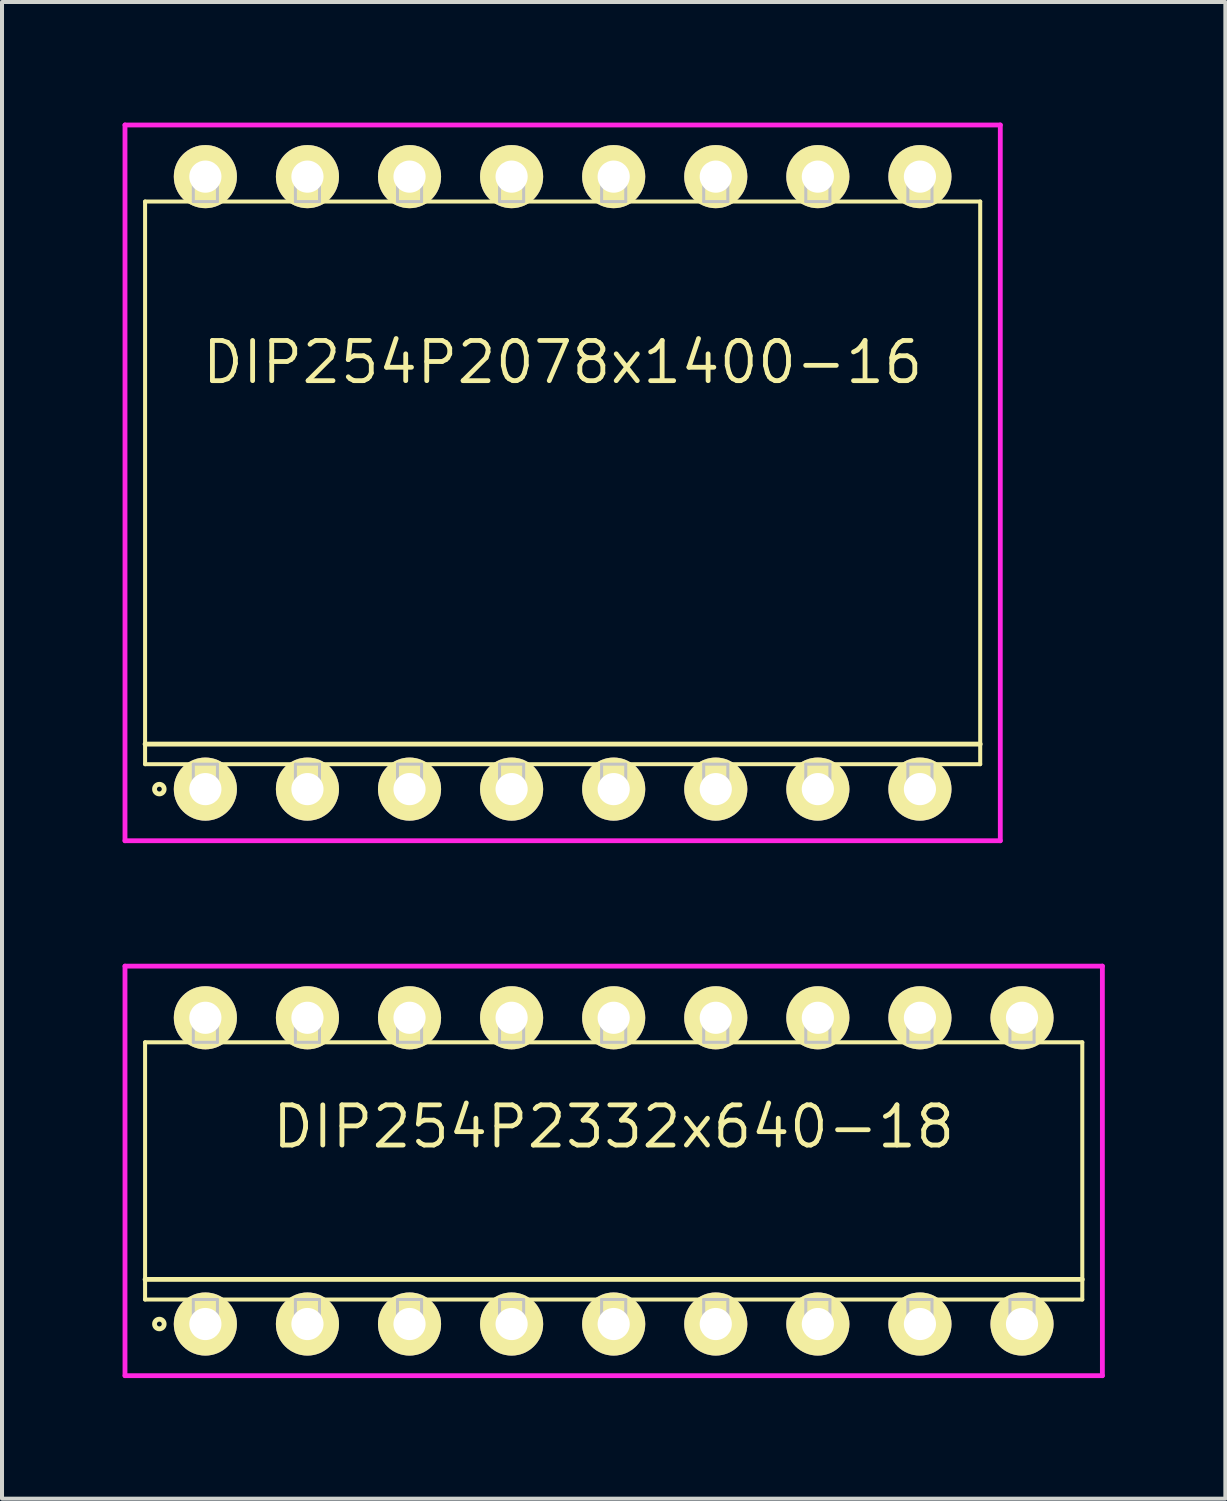
<source format=kicad_pcb>
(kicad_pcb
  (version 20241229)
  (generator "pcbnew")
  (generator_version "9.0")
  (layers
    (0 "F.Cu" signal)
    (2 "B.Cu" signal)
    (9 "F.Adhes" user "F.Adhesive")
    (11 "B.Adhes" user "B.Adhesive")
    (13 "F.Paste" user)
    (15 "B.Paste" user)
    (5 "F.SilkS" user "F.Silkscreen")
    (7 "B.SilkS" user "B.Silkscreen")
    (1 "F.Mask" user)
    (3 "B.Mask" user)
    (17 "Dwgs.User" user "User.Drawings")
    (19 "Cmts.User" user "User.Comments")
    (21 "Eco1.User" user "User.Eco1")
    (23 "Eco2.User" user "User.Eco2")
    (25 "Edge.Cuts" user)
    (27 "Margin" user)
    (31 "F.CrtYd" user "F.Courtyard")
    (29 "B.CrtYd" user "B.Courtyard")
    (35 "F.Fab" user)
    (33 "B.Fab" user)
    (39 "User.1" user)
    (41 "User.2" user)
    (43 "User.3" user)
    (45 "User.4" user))
  (footprint "DIP254P2332x640-18"
    (layer "F.Cu")
    (at 12.22 26.085)
    (property "Reference" "DIP254P2332x640-18" (at 0 -1.1 0) (layer "F.SilkS") (effects (font (size 1 1) (thickness 0.12))))
    (attr through_hole)
    (fp_line (start -11.66 -3.2) (end -11.66 3.2) (stroke (width 0.1) (type solid)) (layer "F.SilkS"))
    (fp_line (start -11.66 2.7) (end 11.66 2.7) (stroke (width 0.12) (type solid)) (layer "F.SilkS"))
    (fp_line (start -11.66 3.2) (end 11.66 3.2) (stroke (width 0.1) (type solid)) (layer "F.SilkS"))
    (fp_line (start 11.66 -3.2) (end -11.66 -3.2) (stroke (width 0.1) (type solid)) (layer "F.SilkS"))
    (fp_line (start 11.66 3.2) (end 11.66 -3.2) (stroke (width 0.1) (type solid)) (layer "F.SilkS"))
    (fp_circle (center -11.305 3.81) (end -11.185 3.81) (stroke (width 0.12) (type solid)) (fill no) (layer "F.SilkS"))
    (fp_line (start -10.46 -3.81) (end -10.46 -3.2) (stroke (width 0.075) (type solid)) (layer "Dwgs.User"))
    (fp_line (start -10.46 -3.2) (end -9.86 -3.2) (stroke (width 0.075) (type solid)) (layer "Dwgs.User"))
    (fp_line (start -10.46 3.2) (end -9.86 3.2) (stroke (width 0.075) (type solid)) (layer "Dwgs.User"))
    (fp_line (start -10.46 3.81) (end -10.46 3.2) (stroke (width 0.075) (type solid)) (layer "Dwgs.User"))
    (fp_line (start -9.86 -3.81) (end -10.46 -3.81) (stroke (width 0.075) (type solid)) (layer "Dwgs.User"))
    (fp_line (start -9.86 -3.2) (end -9.86 -3.81) (stroke (width 0.075) (type solid)) (layer "Dwgs.User"))
    (fp_line (start -9.86 3.2) (end -9.86 3.81) (stroke (width 0.075) (type solid)) (layer "Dwgs.User"))
    (fp_line (start -9.86 3.81) (end -10.46 3.81) (stroke (width 0.075) (type solid)) (layer "Dwgs.User"))
    (fp_line (start -7.92 -3.81) (end -7.92 -3.2) (stroke (width 0.075) (type solid)) (layer "Dwgs.User"))
    (fp_line (start -7.92 -3.2) (end -7.32 -3.2) (stroke (width 0.075) (type solid)) (layer "Dwgs.User"))
    (fp_line (start -7.92 3.2) (end -7.32 3.2) (stroke (width 0.075) (type solid)) (layer "Dwgs.User"))
    (fp_line (start -7.92 3.81) (end -7.92 3.2) (stroke (width 0.075) (type solid)) (layer "Dwgs.User"))
    (fp_line (start -7.32 -3.81) (end -7.92 -3.81) (stroke (width 0.075) (type solid)) (layer "Dwgs.User"))
    (fp_line (start -7.32 -3.2) (end -7.32 -3.81) (stroke (width 0.075) (type solid)) (layer "Dwgs.User"))
    (fp_line (start -7.32 3.2) (end -7.32 3.81) (stroke (width 0.075) (type solid)) (layer "Dwgs.User"))
    (fp_line (start -7.32 3.81) (end -7.92 3.81) (stroke (width 0.075) (type solid)) (layer "Dwgs.User"))
    (fp_line (start -5.38 -3.81) (end -5.38 -3.2) (stroke (width 0.075) (type solid)) (layer "Dwgs.User"))
    (fp_line (start -5.38 -3.2) (end -4.78 -3.2) (stroke (width 0.075) (type solid)) (layer "Dwgs.User"))
    (fp_line (start -5.38 3.2) (end -4.78 3.2) (stroke (width 0.075) (type solid)) (layer "Dwgs.User"))
    (fp_line (start -5.38 3.81) (end -5.38 3.2) (stroke (width 0.075) (type solid)) (layer "Dwgs.User"))
    (fp_line (start -4.78 -3.81) (end -5.38 -3.81) (stroke (width 0.075) (type solid)) (layer "Dwgs.User"))
    (fp_line (start -4.78 -3.2) (end -4.78 -3.81) (stroke (width 0.075) (type solid)) (layer "Dwgs.User"))
    (fp_line (start -4.78 3.2) (end -4.78 3.81) (stroke (width 0.075) (type solid)) (layer "Dwgs.User"))
    (fp_line (start -4.78 3.81) (end -5.38 3.81) (stroke (width 0.075) (type solid)) (layer "Dwgs.User"))
    (fp_line (start -2.84 -3.81) (end -2.84 -3.2) (stroke (width 0.075) (type solid)) (layer "Dwgs.User"))
    (fp_line (start -2.84 -3.2) (end -2.24 -3.2) (stroke (width 0.075) (type solid)) (layer "Dwgs.User"))
    (fp_line (start -2.84 3.2) (end -2.24 3.2) (stroke (width 0.075) (type solid)) (layer "Dwgs.User"))
    (fp_line (start -2.84 3.81) (end -2.84 3.2) (stroke (width 0.075) (type solid)) (layer "Dwgs.User"))
    (fp_line (start -2.24 -3.81) (end -2.84 -3.81) (stroke (width 0.075) (type solid)) (layer "Dwgs.User"))
    (fp_line (start -2.24 -3.2) (end -2.24 -3.81) (stroke (width 0.075) (type solid)) (layer "Dwgs.User"))
    (fp_line (start -2.24 3.2) (end -2.24 3.81) (stroke (width 0.075) (type solid)) (layer "Dwgs.User"))
    (fp_line (start -2.24 3.81) (end -2.84 3.81) (stroke (width 0.075) (type solid)) (layer "Dwgs.User"))
    (fp_line (start -0.3 -3.81) (end -0.3 -3.2) (stroke (width 0.075) (type solid)) (layer "Dwgs.User"))
    (fp_line (start -0.3 -3.2) (end 0.3 -3.2) (stroke (width 0.075) (type solid)) (layer "Dwgs.User"))
    (fp_line (start -0.3 3.2) (end 0.3 3.2) (stroke (width 0.075) (type solid)) (layer "Dwgs.User"))
    (fp_line (start -0.3 3.81) (end -0.3 3.2) (stroke (width 0.075) (type solid)) (layer "Dwgs.User"))
    (fp_line (start 0.3 -3.81) (end -0.3 -3.81) (stroke (width 0.075) (type solid)) (layer "Dwgs.User"))
    (fp_line (start 0.3 -3.2) (end 0.3 -3.81) (stroke (width 0.075) (type solid)) (layer "Dwgs.User"))
    (fp_line (start 0.3 3.2) (end 0.3 3.81) (stroke (width 0.075) (type solid)) (layer "Dwgs.User"))
    (fp_line (start 0.3 3.81) (end -0.3 3.81) (stroke (width 0.075) (type solid)) (layer "Dwgs.User"))
    (fp_line (start 2.24 -3.81) (end 2.24 -3.2) (stroke (width 0.075) (type solid)) (layer "Dwgs.User"))
    (fp_line (start 2.24 -3.2) (end 2.84 -3.2) (stroke (width 0.075) (type solid)) (layer "Dwgs.User"))
    (fp_line (start 2.24 3.2) (end 2.84 3.2) (stroke (width 0.075) (type solid)) (layer "Dwgs.User"))
    (fp_line (start 2.24 3.81) (end 2.24 3.2) (stroke (width 0.075) (type solid)) (layer "Dwgs.User"))
    (fp_line (start 2.84 -3.81) (end 2.24 -3.81) (stroke (width 0.075) (type solid)) (layer "Dwgs.User"))
    (fp_line (start 2.84 -3.2) (end 2.84 -3.81) (stroke (width 0.075) (type solid)) (layer "Dwgs.User"))
    (fp_line (start 2.84 3.2) (end 2.84 3.81) (stroke (width 0.075) (type solid)) (layer "Dwgs.User"))
    (fp_line (start 2.84 3.81) (end 2.24 3.81) (stroke (width 0.075) (type solid)) (layer "Dwgs.User"))
    (fp_line (start 4.78 -3.81) (end 4.78 -3.2) (stroke (width 0.075) (type solid)) (layer "Dwgs.User"))
    (fp_line (start 4.78 -3.2) (end 5.38 -3.2) (stroke (width 0.075) (type solid)) (layer "Dwgs.User"))
    (fp_line (start 4.78 3.2) (end 5.38 3.2) (stroke (width 0.075) (type solid)) (layer "Dwgs.User"))
    (fp_line (start 4.78 3.81) (end 4.78 3.2) (stroke (width 0.075) (type solid)) (layer "Dwgs.User"))
    (fp_line (start 5.38 -3.81) (end 4.78 -3.81) (stroke (width 0.075) (type solid)) (layer "Dwgs.User"))
    (fp_line (start 5.38 -3.2) (end 5.38 -3.81) (stroke (width 0.075) (type solid)) (layer "Dwgs.User"))
    (fp_line (start 5.38 3.2) (end 5.38 3.81) (stroke (width 0.075) (type solid)) (layer "Dwgs.User"))
    (fp_line (start 5.38 3.81) (end 4.78 3.81) (stroke (width 0.075) (type solid)) (layer "Dwgs.User"))
    (fp_line (start 7.32 -3.81) (end 7.32 -3.2) (stroke (width 0.075) (type solid)) (layer "Dwgs.User"))
    (fp_line (start 7.32 -3.2) (end 7.92 -3.2) (stroke (width 0.075) (type solid)) (layer "Dwgs.User"))
    (fp_line (start 7.32 3.2) (end 7.92 3.2) (stroke (width 0.075) (type solid)) (layer "Dwgs.User"))
    (fp_line (start 7.32 3.81) (end 7.32 3.2) (stroke (width 0.075) (type solid)) (layer "Dwgs.User"))
    (fp_line (start 7.92 -3.81) (end 7.32 -3.81) (stroke (width 0.075) (type solid)) (layer "Dwgs.User"))
    (fp_line (start 7.92 -3.2) (end 7.92 -3.81) (stroke (width 0.075) (type solid)) (layer "Dwgs.User"))
    (fp_line (start 7.92 3.2) (end 7.92 3.81) (stroke (width 0.075) (type solid)) (layer "Dwgs.User"))
    (fp_line (start 7.92 3.81) (end 7.32 3.81) (stroke (width 0.075) (type solid)) (layer "Dwgs.User"))
    (fp_line (start 9.86 -3.81) (end 9.86 -3.2) (stroke (width 0.075) (type solid)) (layer "Dwgs.User"))
    (fp_line (start 9.86 -3.2) (end 10.46 -3.2) (stroke (width 0.075) (type solid)) (layer "Dwgs.User"))
    (fp_line (start 9.86 3.2) (end 10.46 3.2) (stroke (width 0.075) (type solid)) (layer "Dwgs.User"))
    (fp_line (start 9.86 3.81) (end 9.86 3.2) (stroke (width 0.075) (type solid)) (layer "Dwgs.User"))
    (fp_line (start 10.46 -3.81) (end 9.86 -3.81) (stroke (width 0.075) (type solid)) (layer "Dwgs.User"))
    (fp_line (start 10.46 -3.2) (end 10.46 -3.81) (stroke (width 0.075) (type solid)) (layer "Dwgs.User"))
    (fp_line (start 10.46 3.2) (end 10.46 3.81) (stroke (width 0.075) (type solid)) (layer "Dwgs.User"))
    (fp_line (start 10.46 3.81) (end 9.86 3.81) (stroke (width 0.075) (type solid)) (layer "Dwgs.User"))
    (fp_line (start -0.75 0) (end 0.75 0) (stroke (width 0.12) (type solid)) (layer "Eco1.User"))
    (fp_line (start 0 -0.75) (end 0 0.75) (stroke (width 0.12) (type solid)) (layer "Eco1.User"))
    (fp_circle (center 0 0) (end 0.5 0) (stroke (width 0.12) (type solid)) (fill no) (layer "Eco1.User"))
    (fp_line (start -12.16 -5.095) (end -12.16 5.095) (stroke (width 0.12) (type solid)) (layer "F.CrtYd"))
    (fp_line (start -12.16 5.095) (end 12.16 5.095) (stroke (width 0.12) (type solid)) (layer "F.CrtYd"))
    (fp_line (start 12.16 -5.095) (end -12.16 -5.095) (stroke (width 0.12) (type solid)) (layer "F.CrtYd"))
    (fp_line (start 12.16 5.095) (end 12.16 -5.095) (stroke (width 0.12) (type solid)) (layer "F.CrtYd"))
    (pad "1" thru_hole oval (at -10.16 3.81) (size 1.57 1.57) (drill 0.8) (layers "*.Cu" "*.Mask" "F.SilkS"))
    (pad "2" thru_hole oval (at -7.62 3.81) (size 1.57 1.57) (drill 0.8) (layers "*.Cu" "*.Mask" "F.SilkS"))
    (pad "3" thru_hole oval (at -5.08 3.81) (size 1.57 1.57) (drill 0.8) (layers "*.Cu" "*.Mask" "F.SilkS"))
    (pad "4" thru_hole oval (at -2.54 3.81) (size 1.57 1.57) (drill 0.8) (layers "*.Cu" "*.Mask" "F.SilkS"))
    (pad "5" thru_hole oval (at 0 3.81) (size 1.57 1.57) (drill 0.8) (layers "*.Cu" "*.Mask" "F.SilkS"))
    (pad "6" thru_hole oval (at 2.54 3.81) (size 1.57 1.57) (drill 0.8) (layers "*.Cu" "*.Mask" "F.SilkS"))
    (pad "7" thru_hole oval (at 5.08 3.81) (size 1.57 1.57) (drill 0.8) (layers "*.Cu" "*.Mask" "F.SilkS"))
    (pad "8" thru_hole oval (at 7.62 3.81) (size 1.57 1.57) (drill 0.8) (layers "*.Cu" "*.Mask" "F.SilkS"))
    (pad "9" thru_hole oval (at 10.16 3.81) (size 1.57 1.57) (drill 0.8) (layers "*.Cu" "*.Mask" "F.SilkS"))
    (pad "10" thru_hole oval (at 10.16 -3.81) (size 1.57 1.57) (drill 0.8) (layers "*.Cu" "*.Mask" "F.SilkS"))
    (pad "11" thru_hole oval (at 7.62 -3.81) (size 1.57 1.57) (drill 0.8) (layers "*.Cu" "*.Mask" "F.SilkS"))
    (pad "12" thru_hole oval (at 5.08 -3.81) (size 1.57 1.57) (drill 0.8) (layers "*.Cu" "*.Mask" "F.SilkS"))
    (pad "13" thru_hole oval (at 2.54 -3.81) (size 1.57 1.57) (drill 0.8) (layers "*.Cu" "*.Mask" "F.SilkS"))
    (pad "14" thru_hole oval (at 0 -3.81) (size 1.57 1.57) (drill 0.8) (layers "*.Cu" "*.Mask" "F.SilkS"))
    (pad "15" thru_hole oval (at -2.54 -3.81) (size 1.57 1.57) (drill 0.8) (layers "*.Cu" "*.Mask" "F.SilkS"))
    (pad "16" thru_hole oval (at -5.08 -3.81) (size 1.57 1.57) (drill 0.8) (layers "*.Cu" "*.Mask" "F.SilkS"))
    (pad "17" thru_hole oval (at -7.62 -3.81) (size 1.57 1.57) (drill 0.8) (layers "*.Cu" "*.Mask" "F.SilkS"))
    (pad "18" thru_hole oval (at -10.16 -3.81) (size 1.57 1.57) (drill 0.8) (layers "*.Cu" "*.Mask" "F.SilkS")))
  (footprint "DIP254P2078x1400-16"
    (layer "F.Cu")
    (at 10.95 8.965)
    (property "Reference" "DIP254P2078x1400-16" (at 0 -3 0) (layer "F.SilkS") (effects (font (size 1 1) (thickness 0.12))))
    (attr through_hole)
    (fp_line (start -10.39 -7) (end -10.39 7) (stroke (width 0.1) (type solid)) (layer "F.SilkS"))
    (fp_line (start -10.39 6.5) (end 10.39 6.5) (stroke (width 0.12) (type solid)) (layer "F.SilkS"))
    (fp_line (start -10.39 7) (end 10.39 7) (stroke (width 0.1) (type solid)) (layer "F.SilkS"))
    (fp_line (start 10.39 -7) (end -10.39 -7) (stroke (width 0.1) (type solid)) (layer "F.SilkS"))
    (fp_line (start 10.39 7) (end 10.39 -7) (stroke (width 0.1) (type solid)) (layer "F.SilkS"))
    (fp_circle (center -10.035 7.62) (end -9.915 7.62) (stroke (width 0.12) (type solid)) (fill no) (layer "F.SilkS"))
    (fp_line (start -9.19 -7.62) (end -9.19 -7) (stroke (width 0.075) (type solid)) (layer "Dwgs.User"))
    (fp_line (start -9.19 -7) (end -8.59 -7) (stroke (width 0.075) (type solid)) (layer "Dwgs.User"))
    (fp_line (start -9.19 7) (end -8.59 7) (stroke (width 0.075) (type solid)) (layer "Dwgs.User"))
    (fp_line (start -9.19 7.62) (end -9.19 7) (stroke (width 0.075) (type solid)) (layer "Dwgs.User"))
    (fp_line (start -8.59 -7.62) (end -9.19 -7.62) (stroke (width 0.075) (type solid)) (layer "Dwgs.User"))
    (fp_line (start -8.59 -7) (end -8.59 -7.62) (stroke (width 0.075) (type solid)) (layer "Dwgs.User"))
    (fp_line (start -8.59 7) (end -8.59 7.62) (stroke (width 0.075) (type solid)) (layer "Dwgs.User"))
    (fp_line (start -8.59 7.62) (end -9.19 7.62) (stroke (width 0.075) (type solid)) (layer "Dwgs.User"))
    (fp_line (start -6.65 -7.62) (end -6.65 -7) (stroke (width 0.075) (type solid)) (layer "Dwgs.User"))
    (fp_line (start -6.65 -7) (end -6.05 -7) (stroke (width 0.075) (type solid)) (layer "Dwgs.User"))
    (fp_line (start -6.65 7) (end -6.05 7) (stroke (width 0.075) (type solid)) (layer "Dwgs.User"))
    (fp_line (start -6.65 7.62) (end -6.65 7) (stroke (width 0.075) (type solid)) (layer "Dwgs.User"))
    (fp_line (start -6.05 -7.62) (end -6.65 -7.62) (stroke (width 0.075) (type solid)) (layer "Dwgs.User"))
    (fp_line (start -6.05 -7) (end -6.05 -7.62) (stroke (width 0.075) (type solid)) (layer "Dwgs.User"))
    (fp_line (start -6.05 7) (end -6.05 7.62) (stroke (width 0.075) (type solid)) (layer "Dwgs.User"))
    (fp_line (start -6.05 7.62) (end -6.65 7.62) (stroke (width 0.075) (type solid)) (layer "Dwgs.User"))
    (fp_line (start -4.11 -7.62) (end -4.11 -7) (stroke (width 0.075) (type solid)) (layer "Dwgs.User"))
    (fp_line (start -4.11 -7) (end -3.51 -7) (stroke (width 0.075) (type solid)) (layer "Dwgs.User"))
    (fp_line (start -4.11 7) (end -3.51 7) (stroke (width 0.075) (type solid)) (layer "Dwgs.User"))
    (fp_line (start -4.11 7.62) (end -4.11 7) (stroke (width 0.075) (type solid)) (layer "Dwgs.User"))
    (fp_line (start -3.51 -7.62) (end -4.11 -7.62) (stroke (width 0.075) (type solid)) (layer "Dwgs.User"))
    (fp_line (start -3.51 -7) (end -3.51 -7.62) (stroke (width 0.075) (type solid)) (layer "Dwgs.User"))
    (fp_line (start -3.51 7) (end -3.51 7.62) (stroke (width 0.075) (type solid)) (layer "Dwgs.User"))
    (fp_line (start -3.51 7.62) (end -4.11 7.62) (stroke (width 0.075) (type solid)) (layer "Dwgs.User"))
    (fp_line (start -1.57 -7.62) (end -1.57 -7) (stroke (width 0.075) (type solid)) (layer "Dwgs.User"))
    (fp_line (start -1.57 -7) (end -0.97 -7) (stroke (width 0.075) (type solid)) (layer "Dwgs.User"))
    (fp_line (start -1.57 7) (end -0.97 7) (stroke (width 0.075) (type solid)) (layer "Dwgs.User"))
    (fp_line (start -1.57 7.62) (end -1.57 7) (stroke (width 0.075) (type solid)) (layer "Dwgs.User"))
    (fp_line (start -0.97 -7.62) (end -1.57 -7.62) (stroke (width 0.075) (type solid)) (layer "Dwgs.User"))
    (fp_line (start -0.97 -7) (end -0.97 -7.62) (stroke (width 0.075) (type solid)) (layer "Dwgs.User"))
    (fp_line (start -0.97 7) (end -0.97 7.62) (stroke (width 0.075) (type solid)) (layer "Dwgs.User"))
    (fp_line (start -0.97 7.62) (end -1.57 7.62) (stroke (width 0.075) (type solid)) (layer "Dwgs.User"))
    (fp_line (start 0.97 -7.62) (end 0.97 -7) (stroke (width 0.075) (type solid)) (layer "Dwgs.User"))
    (fp_line (start 0.97 -7) (end 1.57 -7) (stroke (width 0.075) (type solid)) (layer "Dwgs.User"))
    (fp_line (start 0.97 7) (end 1.57 7) (stroke (width 0.075) (type solid)) (layer "Dwgs.User"))
    (fp_line (start 0.97 7.62) (end 0.97 7) (stroke (width 0.075) (type solid)) (layer "Dwgs.User"))
    (fp_line (start 1.57 -7.62) (end 0.97 -7.62) (stroke (width 0.075) (type solid)) (layer "Dwgs.User"))
    (fp_line (start 1.57 -7) (end 1.57 -7.62) (stroke (width 0.075) (type solid)) (layer "Dwgs.User"))
    (fp_line (start 1.57 7) (end 1.57 7.62) (stroke (width 0.075) (type solid)) (layer "Dwgs.User"))
    (fp_line (start 1.57 7.62) (end 0.97 7.62) (stroke (width 0.075) (type solid)) (layer "Dwgs.User"))
    (fp_line (start 3.51 -7.62) (end 3.51 -7) (stroke (width 0.075) (type solid)) (layer "Dwgs.User"))
    (fp_line (start 3.51 -7) (end 4.11 -7) (stroke (width 0.075) (type solid)) (layer "Dwgs.User"))
    (fp_line (start 3.51 7) (end 4.11 7) (stroke (width 0.075) (type solid)) (layer "Dwgs.User"))
    (fp_line (start 3.51 7.62) (end 3.51 7) (stroke (width 0.075) (type solid)) (layer "Dwgs.User"))
    (fp_line (start 4.11 -7.62) (end 3.51 -7.62) (stroke (width 0.075) (type solid)) (layer "Dwgs.User"))
    (fp_line (start 4.11 -7) (end 4.11 -7.62) (stroke (width 0.075) (type solid)) (layer "Dwgs.User"))
    (fp_line (start 4.11 7) (end 4.11 7.62) (stroke (width 0.075) (type solid)) (layer "Dwgs.User"))
    (fp_line (start 4.11 7.62) (end 3.51 7.62) (stroke (width 0.075) (type solid)) (layer "Dwgs.User"))
    (fp_line (start 6.05 -7.62) (end 6.05 -7) (stroke (width 0.075) (type solid)) (layer "Dwgs.User"))
    (fp_line (start 6.05 -7) (end 6.65 -7) (stroke (width 0.075) (type solid)) (layer "Dwgs.User"))
    (fp_line (start 6.05 7) (end 6.65 7) (stroke (width 0.075) (type solid)) (layer "Dwgs.User"))
    (fp_line (start 6.05 7.62) (end 6.05 7) (stroke (width 0.075) (type solid)) (layer "Dwgs.User"))
    (fp_line (start 6.65 -7.62) (end 6.05 -7.62) (stroke (width 0.075) (type solid)) (layer "Dwgs.User"))
    (fp_line (start 6.65 -7) (end 6.65 -7.62) (stroke (width 0.075) (type solid)) (layer "Dwgs.User"))
    (fp_line (start 6.65 7) (end 6.65 7.62) (stroke (width 0.075) (type solid)) (layer "Dwgs.User"))
    (fp_line (start 6.65 7.62) (end 6.05 7.62) (stroke (width 0.075) (type solid)) (layer "Dwgs.User"))
    (fp_line (start 8.59 -7.62) (end 8.59 -7) (stroke (width 0.075) (type solid)) (layer "Dwgs.User"))
    (fp_line (start 8.59 -7) (end 9.19 -7) (stroke (width 0.075) (type solid)) (layer "Dwgs.User"))
    (fp_line (start 8.59 7) (end 9.19 7) (stroke (width 0.075) (type solid)) (layer "Dwgs.User"))
    (fp_line (start 8.59 7.62) (end 8.59 7) (stroke (width 0.075) (type solid)) (layer "Dwgs.User"))
    (fp_line (start 9.19 -7.62) (end 8.59 -7.62) (stroke (width 0.075) (type solid)) (layer "Dwgs.User"))
    (fp_line (start 9.19 -7) (end 9.19 -7.62) (stroke (width 0.075) (type solid)) (layer "Dwgs.User"))
    (fp_line (start 9.19 7) (end 9.19 7.62) (stroke (width 0.075) (type solid)) (layer "Dwgs.User"))
    (fp_line (start 9.19 7.62) (end 8.59 7.62) (stroke (width 0.075) (type solid)) (layer "Dwgs.User"))
    (fp_line (start -0.75 0) (end 0.75 0) (stroke (width 0.12) (type solid)) (layer "Eco1.User"))
    (fp_line (start 0 -0.75) (end 0 0.75) (stroke (width 0.12) (type solid)) (layer "Eco1.User"))
    (fp_circle (center 0 0) (end 0.5 0) (stroke (width 0.12) (type solid)) (fill no) (layer "Eco1.User"))
    (fp_line (start -10.89 -8.905) (end -10.89 8.905) (stroke (width 0.12) (type solid)) (layer "F.CrtYd"))
    (fp_line (start -10.89 8.905) (end 10.89 8.905) (stroke (width 0.12) (type solid)) (layer "F.CrtYd"))
    (fp_line (start 10.89 -8.905) (end -10.89 -8.905) (stroke (width 0.12) (type solid)) (layer "F.CrtYd"))
    (fp_line (start 10.89 8.905) (end 10.89 -8.905) (stroke (width 0.12) (type solid)) (layer "F.CrtYd"))
    (pad "1" thru_hole oval (at -8.89 7.62) (size 1.57 1.57) (drill 0.8) (layers "*.Cu" "*.Mask" "F.SilkS"))
    (pad "2" thru_hole oval (at -6.35 7.62) (size 1.57 1.57) (drill 0.8) (layers "*.Cu" "*.Mask" "F.SilkS"))
    (pad "3" thru_hole oval (at -3.81 7.62) (size 1.57 1.57) (drill 0.8) (layers "*.Cu" "*.Mask" "F.SilkS"))
    (pad "4" thru_hole oval (at -1.27 7.62) (size 1.57 1.57) (drill 0.8) (layers "*.Cu" "*.Mask" "F.SilkS"))
    (pad "5" thru_hole oval (at 1.27 7.62) (size 1.57 1.57) (drill 0.8) (layers "*.Cu" "*.Mask" "F.SilkS"))
    (pad "6" thru_hole oval (at 3.81 7.62) (size 1.57 1.57) (drill 0.8) (layers "*.Cu" "*.Mask" "F.SilkS"))
    (pad "7" thru_hole oval (at 6.35 7.62) (size 1.57 1.57) (drill 0.8) (layers "*.Cu" "*.Mask" "F.SilkS"))
    (pad "8" thru_hole oval (at 8.89 7.62) (size 1.57 1.57) (drill 0.8) (layers "*.Cu" "*.Mask" "F.SilkS"))
    (pad "9" thru_hole oval (at 8.89 -7.62) (size 1.57 1.57) (drill 0.8) (layers "*.Cu" "*.Mask" "F.SilkS"))
    (pad "10" thru_hole oval (at 6.35 -7.62) (size 1.57 1.57) (drill 0.8) (layers "*.Cu" "*.Mask" "F.SilkS"))
    (pad "11" thru_hole oval (at 3.81 -7.62) (size 1.57 1.57) (drill 0.8) (layers "*.Cu" "*.Mask" "F.SilkS"))
    (pad "12" thru_hole oval (at 1.27 -7.62) (size 1.57 1.57) (drill 0.8) (layers "*.Cu" "*.Mask" "F.SilkS"))
    (pad "13" thru_hole oval (at -1.27 -7.62) (size 1.57 1.57) (drill 0.8) (layers "*.Cu" "*.Mask" "F.SilkS"))
    (pad "14" thru_hole oval (at -3.81 -7.62) (size 1.57 1.57) (drill 0.8) (layers "*.Cu" "*.Mask" "F.SilkS"))
    (pad "15" thru_hole oval (at -6.35 -7.62) (size 1.57 1.57) (drill 0.8) (layers "*.Cu" "*.Mask" "F.SilkS"))
    (pad "16" thru_hole oval (at -8.89 -7.62) (size 1.57 1.57) (drill 0.8) (layers "*.Cu" "*.Mask" "F.SilkS")))
  (gr_rect
    (start -3 -3)
    (end 27.44 34.24)
    (stroke (width 0.1) (type default))
    (fill no)
    (layer "Edge.Cuts")))
</source>
